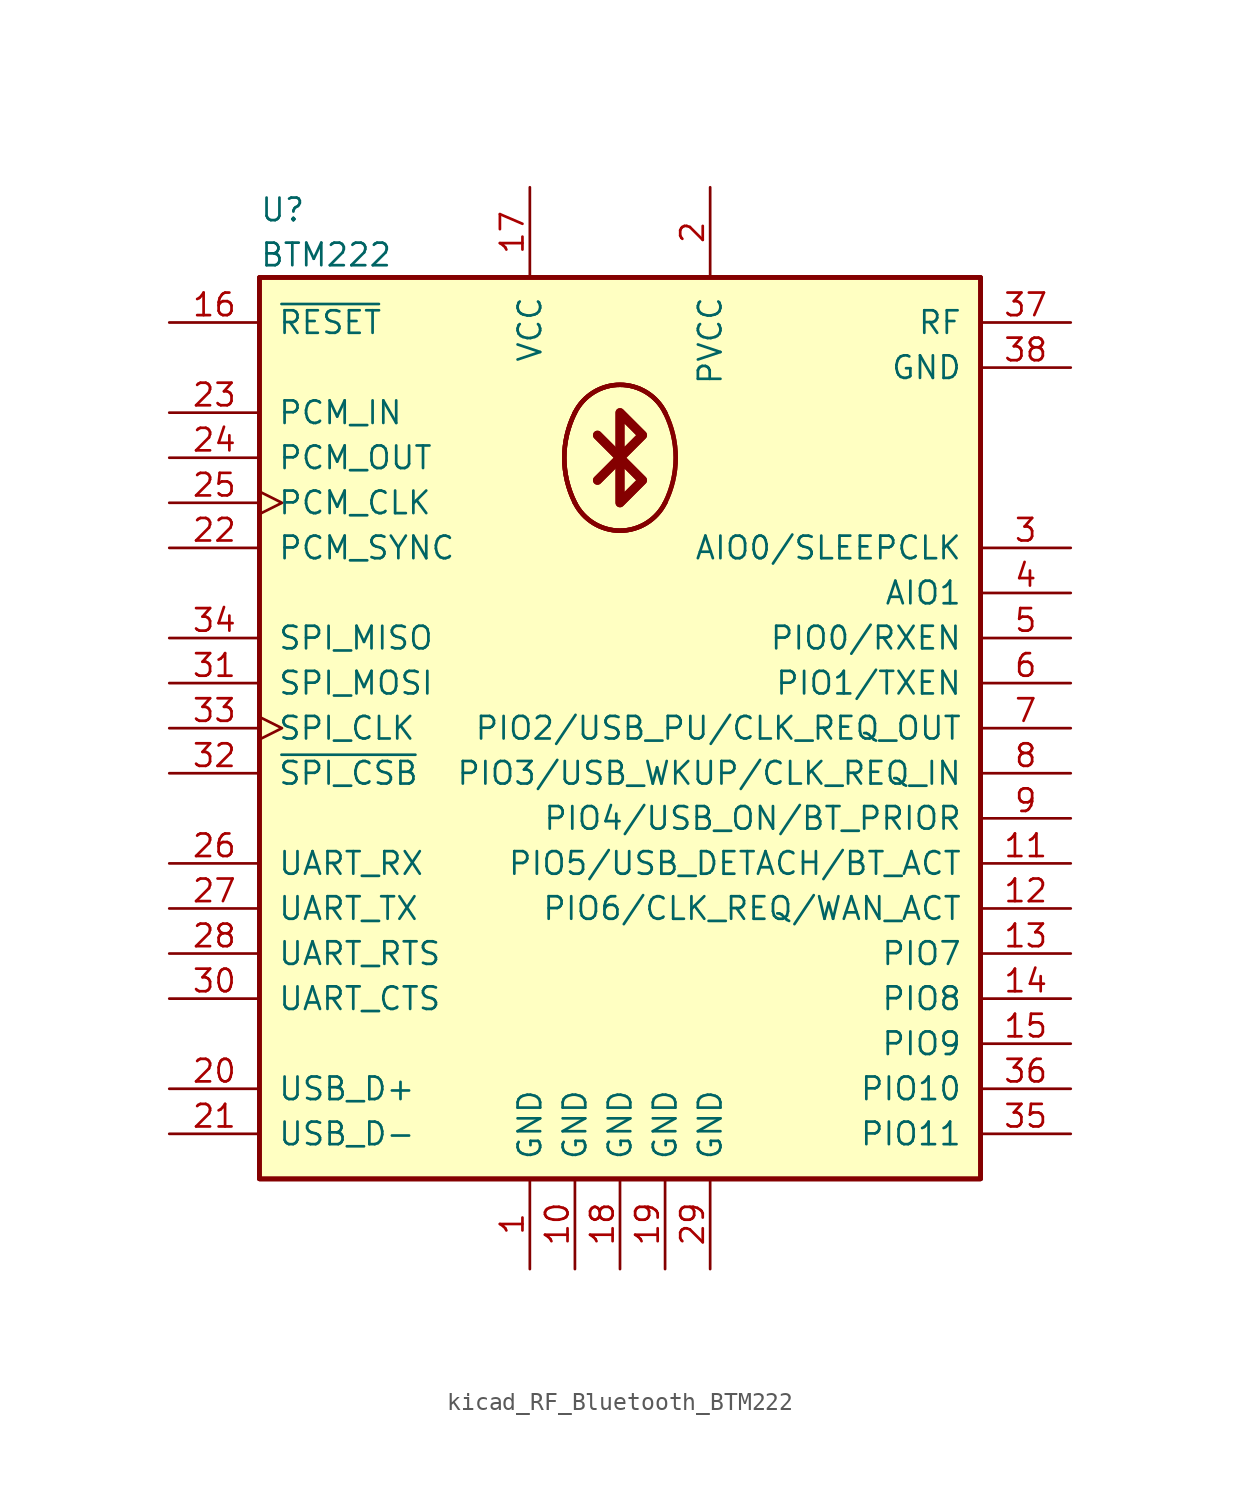
<source format=kicad_sym>
(kicad_symbol_lib
  (version 20220914)
  (generator kicad_symbol_editor)
  (symbol "kicad_RF_Bluetooth_BTM222"
    (pin_names
      (offset 1.016))
    (property "Reference" "U"
      (at -20.32 29.21 0)
      (effects (font (size 1.27 1.27)) (justify left)))
    (property "Value" "BTM222"
      (at -20.32 26.67 0)
      (effects (font (size 1.27 1.27)) (justify left)))
    (symbol "kicad_RF_Bluetooth_BTM222_0_1"
      (rectangle (start -20.32 25.4) (end 20.32 -25.4) (stroke (width 0.254) (type default)) (fill (type background)))
      (rectangle (start -20.32 25.4) (end 20.32 -25.4) (stroke (width 0.254) (type default)) (fill (type background)))
      (rectangle (start -20.32 25.4) (end 20.32 -25.4) (stroke (width 0.254) (type default)) (fill (type background)))
      (arc (start -2.54 12.7) (mid 0 11.1302) (end 2.54 12.7) (stroke (width 0.254) (type default)) (fill (type background)))
      (arc (start -2.54 12.7) (mid 0 11.1302) (end 2.54 12.7) (stroke (width 0.254) (type default)) (fill (type background)))
      (arc (start -2.54 12.7) (mid 0 11.1302) (end 2.54 12.7) (stroke (width 0.254) (type default)) (fill (type background)))
      (arc (start -2.54 17.78) (mid -3.1396 15.24) (end -2.54 12.7) (stroke (width 0.254) (type default)) (fill (type background)))
      (arc (start -2.54 17.78) (mid -3.1396 15.24) (end -2.54 12.7) (stroke (width 0.254) (type default)) (fill (type background)))
      (arc (start -2.54 17.78) (mid -3.1396 15.24) (end -2.54 12.7) (stroke (width 0.254) (type default)) (fill (type background)))
      (polyline (pts (xy 0 15.24) (xy -1.27 13.97)) (stroke (width 0.508) (type default)) (fill (type none)))
      (polyline (pts (xy 0 15.24) (xy -1.27 13.97)) (stroke (width 0.508) (type default)) (fill (type none)))
      (polyline (pts (xy 0 15.24) (xy -1.27 16.51)) (stroke (width 0.508) (type default)) (fill (type none)))
      (polyline (pts (xy 0 15.24) (xy -1.27 16.51)) (stroke (width 0.508) (type default)) (fill (type none)))
      (polyline (pts (xy 0 17.78) (xy 1.27 16.51) (xy 0 15.24) (xy 1.27 13.97) (xy 0 12.7) (xy 0 17.78)) (stroke (width 0.508) (type default)) (fill (type none)))
      (polyline (pts (xy 0 17.78) (xy 1.27 16.51) (xy 0 15.24) (xy 1.27 13.97) (xy 0 12.7) (xy 0 17.78)) (stroke (width 0.508) (type default)) (fill (type none)))
      (arc (start 2.54 12.7) (mid 3.1396 15.24) (end 2.54 17.78) (stroke (width 0.254) (type default)) (fill (type background)))
      (arc (start 2.54 12.7) (mid 3.1396 15.24) (end 2.54 17.78) (stroke (width 0.254) (type default)) (fill (type background)))
      (arc (start 2.54 17.78) (mid 0 19.3498) (end -2.54 17.78) (stroke (width 0.254) (type default)) (fill (type background)))
      (arc (start 2.54 17.78) (mid 0 19.3498) (end -2.54 17.78) (stroke (width 0.254) (type default)) (fill (type background)))
      (arc (start 2.54 17.78) (mid 0 19.3498) (end -2.54 17.78) (stroke (width 0.254) (type default)) (fill (type background))))
    (symbol "kicad_RF_Bluetooth_BTM222_1_1"
      (pin power_in line (at -5.08 -30.48 90) (length 5.08) (name "GND" (effects (font (size 1.27 1.27)))) (number "1" (effects (font (size 1.27 1.27)))))
      (pin power_in line (at -2.54 -30.48 90) (length 5.08) (name "GND" (effects (font (size 1.27 1.27)))) (number "10" (effects (font (size 1.27 1.27)))))
      (pin bidirectional line (at 25.4 -7.62 180) (length 5.08) (name "PIO5/USB_DETACH/BT_ACT" (effects (font (size 1.27 1.27)))) (number "11" (effects (font (size 1.27 1.27)))))
      (pin bidirectional line (at 25.4 -10.16 180) (length 5.08) (name "PIO6/CLK_REQ/WAN_ACT" (effects (font (size 1.27 1.27)))) (number "12" (effects (font (size 1.27 1.27)))))
      (pin bidirectional line (at 25.4 -12.7 180) (length 5.08) (name "PIO7" (effects (font (size 1.27 1.27)))) (number "13" (effects (font (size 1.27 1.27)))))
      (pin bidirectional line (at 25.4 -15.24 180) (length 5.08) (name "PIO8" (effects (font (size 1.27 1.27)))) (number "14" (effects (font (size 1.27 1.27)))))
      (pin bidirectional line (at 25.4 -17.78 180) (length 5.08) (name "PIO9" (effects (font (size 1.27 1.27)))) (number "15" (effects (font (size 1.27 1.27)))))
      (pin input line (at -25.4 22.86 0) (length 5.08) (name "~{RESET}" (effects (font (size 1.27 1.27)))) (number "16" (effects (font (size 1.27 1.27)))))
      (pin power_in line (at -5.08 30.48 270) (length 5.08) (name "VCC" (effects (font (size 1.27 1.27)))) (number "17" (effects (font (size 1.27 1.27)))))
      (pin power_in line (at 0 -30.48 90) (length 5.08) (name "GND" (effects (font (size 1.27 1.27)))) (number "18" (effects (font (size 1.27 1.27)))))
      (pin power_in line (at 2.54 -30.48 90) (length 5.08) (name "GND" (effects (font (size 1.27 1.27)))) (number "19" (effects (font (size 1.27 1.27)))))
      (pin power_in line (at 5.08 30.48 270) (length 5.08) (name "PVCC" (effects (font (size 1.27 1.27)))) (number "2" (effects (font (size 1.27 1.27)))))
      (pin bidirectional line (at -25.4 -20.32 0) (length 5.08) (name "USB_D+" (effects (font (size 1.27 1.27)))) (number "20" (effects (font (size 1.27 1.27)))))
      (pin bidirectional line (at -25.4 -22.86 0) (length 5.08) (name "USB_D-" (effects (font (size 1.27 1.27)))) (number "21" (effects (font (size 1.27 1.27)))))
      (pin bidirectional line (at -25.4 10.16 0) (length 5.08) (name "PCM_SYNC" (effects (font (size 1.27 1.27)))) (number "22" (effects (font (size 1.27 1.27)))))
      (pin input line (at -25.4 17.78 0) (length 5.08) (name "PCM_IN" (effects (font (size 1.27 1.27)))) (number "23" (effects (font (size 1.27 1.27)))))
      (pin output line (at -25.4 15.24 0) (length 5.08) (name "PCM_OUT" (effects (font (size 1.27 1.27)))) (number "24" (effects (font (size 1.27 1.27)))))
      (pin bidirectional clock (at -25.4 12.7 0) (length 5.08) (name "PCM_CLK" (effects (font (size 1.27 1.27)))) (number "25" (effects (font (size 1.27 1.27)))))
      (pin input line (at -25.4 -7.62 0) (length 5.08) (name "UART_RX" (effects (font (size 1.27 1.27)))) (number "26" (effects (font (size 1.27 1.27)))))
      (pin output line (at -25.4 -10.16 0) (length 5.08) (name "UART_TX" (effects (font (size 1.27 1.27)))) (number "27" (effects (font (size 1.27 1.27)))))
      (pin output line (at -25.4 -12.7 0) (length 5.08) (name "UART_RTS" (effects (font (size 1.27 1.27)))) (number "28" (effects (font (size 1.27 1.27)))))
      (pin power_in line (at 5.08 -30.48 90) (length 5.08) (name "GND" (effects (font (size 1.27 1.27)))) (number "29" (effects (font (size 1.27 1.27)))))
      (pin bidirectional line (at 25.4 10.16 180) (length 5.08) (name "AIO0/SLEEPCLK" (effects (font (size 1.27 1.27)))) (number "3" (effects (font (size 1.27 1.27)))))
      (pin input line (at -25.4 -15.24 0) (length 5.08) (name "UART_CTS" (effects (font (size 1.27 1.27)))) (number "30" (effects (font (size 1.27 1.27)))))
      (pin input line (at -25.4 2.54 0) (length 5.08) (name "SPI_MOSI" (effects (font (size 1.27 1.27)))) (number "31" (effects (font (size 1.27 1.27)))))
      (pin input line (at -25.4 -2.54 0) (length 5.08) (name "~{SPI_CSB}" (effects (font (size 1.27 1.27)))) (number "32" (effects (font (size 1.27 1.27)))))
      (pin input clock (at -25.4 0 0) (length 5.08) (name "SPI_CLK" (effects (font (size 1.27 1.27)))) (number "33" (effects (font (size 1.27 1.27)))))
      (pin output line (at -25.4 5.08 0) (length 5.08) (name "SPI_MISO" (effects (font (size 1.27 1.27)))) (number "34" (effects (font (size 1.27 1.27)))))
      (pin bidirectional line (at 25.4 -22.86 180) (length 5.08) (name "PIO11" (effects (font (size 1.27 1.27)))) (number "35" (effects (font (size 1.27 1.27)))))
      (pin bidirectional line (at 25.4 -20.32 180) (length 5.08) (name "PIO10" (effects (font (size 1.27 1.27)))) (number "36" (effects (font (size 1.27 1.27)))))
      (pin passive line (at 25.4 22.86 180) (length 5.08) (name "RF" (effects (font (size 1.27 1.27)))) (number "37" (effects (font (size 1.27 1.27)))))
      (pin power_in line (at 25.4 20.32 180) (length 5.08) (name "GND" (effects (font (size 1.27 1.27)))) (number "38" (effects (font (size 1.27 1.27)))))
      (pin bidirectional line (at 25.4 7.62 180) (length 5.08) (name "AIO1" (effects (font (size 1.27 1.27)))) (number "4" (effects (font (size 1.27 1.27)))))
      (pin bidirectional line (at 25.4 5.08 180) (length 5.08) (name "PIO0/RXEN" (effects (font (size 1.27 1.27)))) (number "5" (effects (font (size 1.27 1.27)))))
      (pin bidirectional line (at 25.4 2.54 180) (length 5.08) (name "PIO1/TXEN" (effects (font (size 1.27 1.27)))) (number "6" (effects (font (size 1.27 1.27)))))
      (pin bidirectional line (at 25.4 0 180) (length 5.08) (name "PIO2/USB_PU/CLK_REQ_OUT" (effects (font (size 1.27 1.27)))) (number "7" (effects (font (size 1.27 1.27)))))
      (pin bidirectional line (at 25.4 -2.54 180) (length 5.08) (name "PIO3/USB_WKUP/CLK_REQ_IN" (effects (font (size 1.27 1.27)))) (number "8" (effects (font (size 1.27 1.27)))))
      (pin bidirectional line (at 25.4 -5.08 180) (length 5.08) (name "PIO4/USB_ON/BT_PRIOR" (effects (font (size 1.27 1.27)))) (number "9" (effects (font (size 1.27 1.27))))))))
</source>
